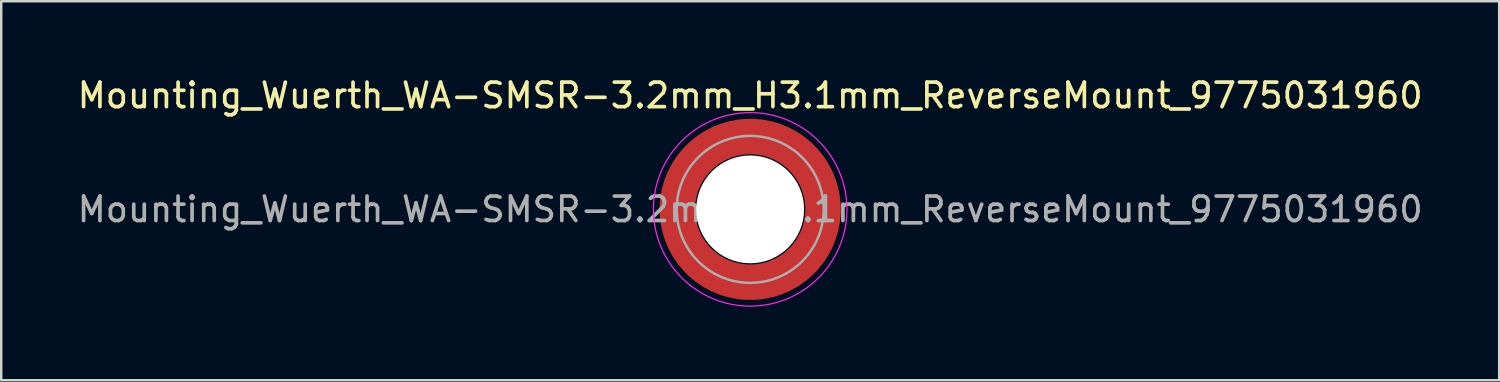
<source format=kicad_pcb>
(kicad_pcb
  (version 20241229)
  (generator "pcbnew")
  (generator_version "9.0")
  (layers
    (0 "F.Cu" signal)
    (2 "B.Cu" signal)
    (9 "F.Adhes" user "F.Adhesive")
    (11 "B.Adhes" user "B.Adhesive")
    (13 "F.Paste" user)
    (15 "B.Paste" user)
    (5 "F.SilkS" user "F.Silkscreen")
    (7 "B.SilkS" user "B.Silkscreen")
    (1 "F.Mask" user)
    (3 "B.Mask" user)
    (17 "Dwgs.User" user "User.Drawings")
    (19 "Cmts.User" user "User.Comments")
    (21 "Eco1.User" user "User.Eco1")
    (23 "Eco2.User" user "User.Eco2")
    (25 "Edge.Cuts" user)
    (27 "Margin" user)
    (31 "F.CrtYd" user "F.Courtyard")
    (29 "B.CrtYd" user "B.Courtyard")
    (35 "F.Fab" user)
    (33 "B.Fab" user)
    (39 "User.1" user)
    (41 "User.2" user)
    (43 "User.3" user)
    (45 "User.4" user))
  (footprint "Mounting_Wuerth_WA-SMSR-3.2mm_H3.1mm_ReverseMount_9775031960"
    (layer "F.Cu")
    (at 27.577 5.498)
    (property "Reference" "Mounting_Wuerth_WA-SMSR-3.2mm_H3.1mm_ReverseMount_9775031960" (at 0 -4.65 0) (layer "F.SilkS") (effects (font (size 1 1) (thickness 0.15))))
    (attr smd)
    (fp_circle (center 0 0) (end 3.95 0) (stroke (width 0.05) (type solid)) (fill no) (layer "F.CrtYd"))
    (fp_circle (center 0 0) (end 3 0) (stroke (width 0.1) (type solid)) (fill no) (layer "F.Fab"))
    (fp_text user "${REFERENCE}" (at 0 0 0) (layer "F.Fab") (effects (font (size 1 1) (thickness 0.15))))
    (pad "" smd custom (at -2.095 -2.095) (size 0.945 0.945) (layers "F.Paste") (options (anchor circle)) (primitives (gr_arc (start -0.24231 1.594804) (mid 0.404104 0.405534) (end 1.592827 -0.241886) (width 0.2)) (gr_arc (start -0.3398 1.594804) (mid 0.335987 0.338711) (end 1.591031 -0.339022) (width 0.2)) (gr_arc (start -0.437132 1.594804) (mid 0.268952 0.270807) (end 1.592231 -0.436623) (width 0.2)) (gr_arc (start -0.534324 1.594804) (mid 0.201345 0.203474) (end 1.591846 -0.53376) (width 0.2)) (gr_arc (start -0.631391 1.594804) (mid 0.134696 0.135183) (end 1.594126 -0.631267) (width 0.2)) (gr_arc (start -0.728345 1.594804) (mid 0.067234 0.067705) (end 1.594149 -0.728229) (width 0.2)) (gr_arc (start -0.825197 1.594804) (mid -0.001218 0.001219) (end 1.591408 -0.824614) (width 0.2)) (gr_arc (start -0.921958 1.594804) (mid -0.068952 -0.065985) (end 1.590665 -0.921269) (width 0.2)) (gr_arc (start -1.018637 1.594804) (mid -0.135972 -0.133906) (end 1.59192 -1.018172) (width 0.2)) (gr_arc (start -1.115239 1.594804) (mid -0.20428 -0.200537) (end 1.589574 -1.11442) (width 0.2)) (gr_arc (start -1.211773 1.594804) (mid -0.26993 -0.269828) (end 1.594662 -1.211752) (width 0.2)) (gr_arc (start -1.308244 1.594804) (mid -0.33911 -0.335587) (end 1.589875 -1.307516) (width 0.2)) (gr_arc (start -1.404657 1.594804) (mid -0.405633 -0.404004) (end 1.592524 -1.404331) (width 0.2)) (gr_arc (start -1.404657 1.594804) (mid -0.405633 -0.404004) (end 1.592524 -1.404331) (width 0.2)) (gr_line (start 1.595 -0.242) (end 1.595 -1.405) (width 0.2)) (gr_line (start -0.242 1.595) (end -1.405 1.595) (width 0.2))))
    (pad "" smd custom (at -2.095 2.095) (size 0.945 0.945) (layers "F.Paste") (options (anchor circle)) (primitives (gr_arc (start 1.594804 0.24231) (mid 0.405534 -0.404104) (end -0.241886 -1.592827) (width 0.2)) (gr_arc (start 1.594804 0.3398) (mid 0.338711 -0.335987) (end -0.339022 -1.591031) (width 0.2)) (gr_arc (start 1.594804 0.437132) (mid 0.270807 -0.268952) (end -0.436623 -1.592231) (width 0.2)) (gr_arc (start 1.594804 0.534324) (mid 0.203474 -0.201345) (end -0.53376 -1.591846) (width 0.2)) (gr_arc (start 1.594804 0.631391) (mid 0.135183 -0.134696) (end -0.631267 -1.594126) (width 0.2)) (gr_arc (start 1.594804 0.728345) (mid 0.067705 -0.067234) (end -0.728229 -1.594149) (width 0.2)) (gr_arc (start 1.594804 0.825197) (mid 0.001219 0.001218) (end -0.824614 -1.591408) (width 0.2)) (gr_arc (start 1.594804 0.921958) (mid -0.065985 0.068952) (end -0.921269 -1.590665) (width 0.2)) (gr_arc (start 1.594804 1.018637) (mid -0.133906 0.135972) (end -1.018172 -1.59192) (width 0.2)) (gr_arc (start 1.594804 1.115239) (mid -0.200537 0.20428) (end -1.11442 -1.589574) (width 0.2)) (gr_arc (start 1.594804 1.211773) (mid -0.269828 0.26993) (end -1.211752 -1.594662) (width 0.2)) (gr_arc (start 1.594804 1.308244) (mid -0.335587 0.33911) (end -1.307516 -1.589875) (width 0.2)) (gr_arc (start 1.594804 1.404657) (mid -0.404004 0.405633) (end -1.404331 -1.592524) (width 0.2)) (gr_arc (start 1.594804 1.404657) (mid -0.404004 0.405633) (end -1.404331 -1.592524) (width 0.2)) (gr_line (start -0.242 -1.595) (end -1.405 -1.595) (width 0.2)) (gr_line (start 1.595 0.242) (end 1.595 1.405) (width 0.2))))
    (pad "" np_thru_hole circle (at 0 0) (size 4.4 4.4) (drill 4.4) (layers "*.Cu" "*.Mask"))
    (pad "" smd custom (at 2.095 -2.095) (size 0.945 0.945) (layers "F.Paste") (options (anchor circle)) (primitives (gr_arc (start -1.594804 -0.24231) (mid -0.405534 0.404104) (end 0.241886 1.592827) (width 0.2)) (gr_arc (start -1.594804 -0.3398) (mid -0.338711 0.335987) (end 0.339022 1.591031) (width 0.2)) (gr_arc (start -1.594804 -0.437132) (mid -0.270807 0.268952) (end 0.436623 1.592231) (width 0.2)) (gr_arc (start -1.594804 -0.534324) (mid -0.203474 0.201345) (end 0.53376 1.591846) (width 0.2)) (gr_arc (start -1.594804 -0.631391) (mid -0.135183 0.134696) (end 0.631267 1.594126) (width 0.2)) (gr_arc (start -1.594804 -0.728345) (mid -0.067705 0.067234) (end 0.728229 1.594149) (width 0.2)) (gr_arc (start -1.594804 -0.825197) (mid -0.001219 -0.001218) (end 0.824614 1.591408) (width 0.2)) (gr_arc (start -1.594804 -0.921958) (mid 0.065985 -0.068952) (end 0.921269 1.590665) (width 0.2)) (gr_arc (start -1.594804 -1.018637) (mid 0.133906 -0.135972) (end 1.018172 1.59192) (width 0.2)) (gr_arc (start -1.594804 -1.115239) (mid 0.200537 -0.20428) (end 1.11442 1.589574) (width 0.2)) (gr_arc (start -1.594804 -1.211773) (mid 0.269828 -0.26993) (end 1.211752 1.594662) (width 0.2)) (gr_arc (start -1.594804 -1.308244) (mid 0.335587 -0.33911) (end 1.307516 1.589875) (width 0.2)) (gr_arc (start -1.594804 -1.404657) (mid 0.404004 -0.405633) (end 1.404331 1.592524) (width 0.2)) (gr_arc (start -1.594804 -1.404657) (mid 0.404004 -0.405633) (end 1.404331 1.592524) (width 0.2)) (gr_line (start 0.242 1.595) (end 1.405 1.595) (width 0.2)) (gr_line (start -1.595 -0.242) (end -1.595 -1.405) (width 0.2))))
    (pad "" smd custom (at 2.095 2.095) (size 0.945 0.945) (layers "F.Paste") (options (anchor circle)) (primitives (gr_arc (start 0.24231 -1.594804) (mid -0.404104 -0.405534) (end -1.592827 0.241886) (width 0.2)) (gr_arc (start 0.3398 -1.594804) (mid -0.335987 -0.338711) (end -1.591031 0.339022) (width 0.2)) (gr_arc (start 0.437132 -1.594804) (mid -0.268952 -0.270807) (end -1.592231 0.436623) (width 0.2)) (gr_arc (start 0.534324 -1.594804) (mid -0.201345 -0.203474) (end -1.591846 0.53376) (width 0.2)) (gr_arc (start 0.631391 -1.594804) (mid -0.134696 -0.135183) (end -1.594126 0.631267) (width 0.2)) (gr_arc (start 0.728345 -1.594804) (mid -0.067234 -0.067705) (end -1.594149 0.728229) (width 0.2)) (gr_arc (start 0.825197 -1.594804) (mid 0.001218 -0.001219) (end -1.591408 0.824614) (width 0.2)) (gr_arc (start 0.921958 -1.594804) (mid 0.068952 0.065985) (end -1.590665 0.921269) (width 0.2)) (gr_arc (start 1.018637 -1.594804) (mid 0.135972 0.133906) (end -1.59192 1.018172) (width 0.2)) (gr_arc (start 1.115239 -1.594804) (mid 0.20428 0.200537) (end -1.589574 1.11442) (width 0.2)) (gr_arc (start 1.211773 -1.594804) (mid 0.26993 0.269828) (end -1.594662 1.211752) (width 0.2)) (gr_arc (start 1.308244 -1.594804) (mid 0.33911 0.335587) (end -1.589875 1.307516) (width 0.2)) (gr_arc (start 1.404657 -1.594804) (mid 0.405633 0.404004) (end -1.592524 1.404331) (width 0.2)) (gr_arc (start 1.404657 -1.594804) (mid 0.405633 0.404004) (end -1.592524 1.404331) (width 0.2)) (gr_line (start -1.595 0.242) (end -1.595 1.405) (width 0.2)) (gr_line (start 0.242 -1.595) (end 1.405 -1.595) (width 0.2))))
    (pad "1" smd circle (at -2.975 0) (size 1.05 1.05) (layers "F.Cu"))
    (pad "1" smd circle (at 0 -2.975) (size 1.05 1.05) (layers "F.Cu"))
    (pad "1" smd circle (at 0 2.975) (size 1.05 1.05) (layers "F.Cu"))
    (pad "1" smd custom (at 2.975 0) (size 1.05 1.05) (layers "F.Cu" "F.Mask") (options (anchor circle)) (primitives (gr_circle (center -2.975 0) (end 0 0) (width 1.45) (fill no)))))
  (gr_rect
    (start -3 -3)
    (end 58.155 12.473)
    (stroke (width 0.1) (type default))
    (fill no)
    (layer "Edge.Cuts")))
</source>
